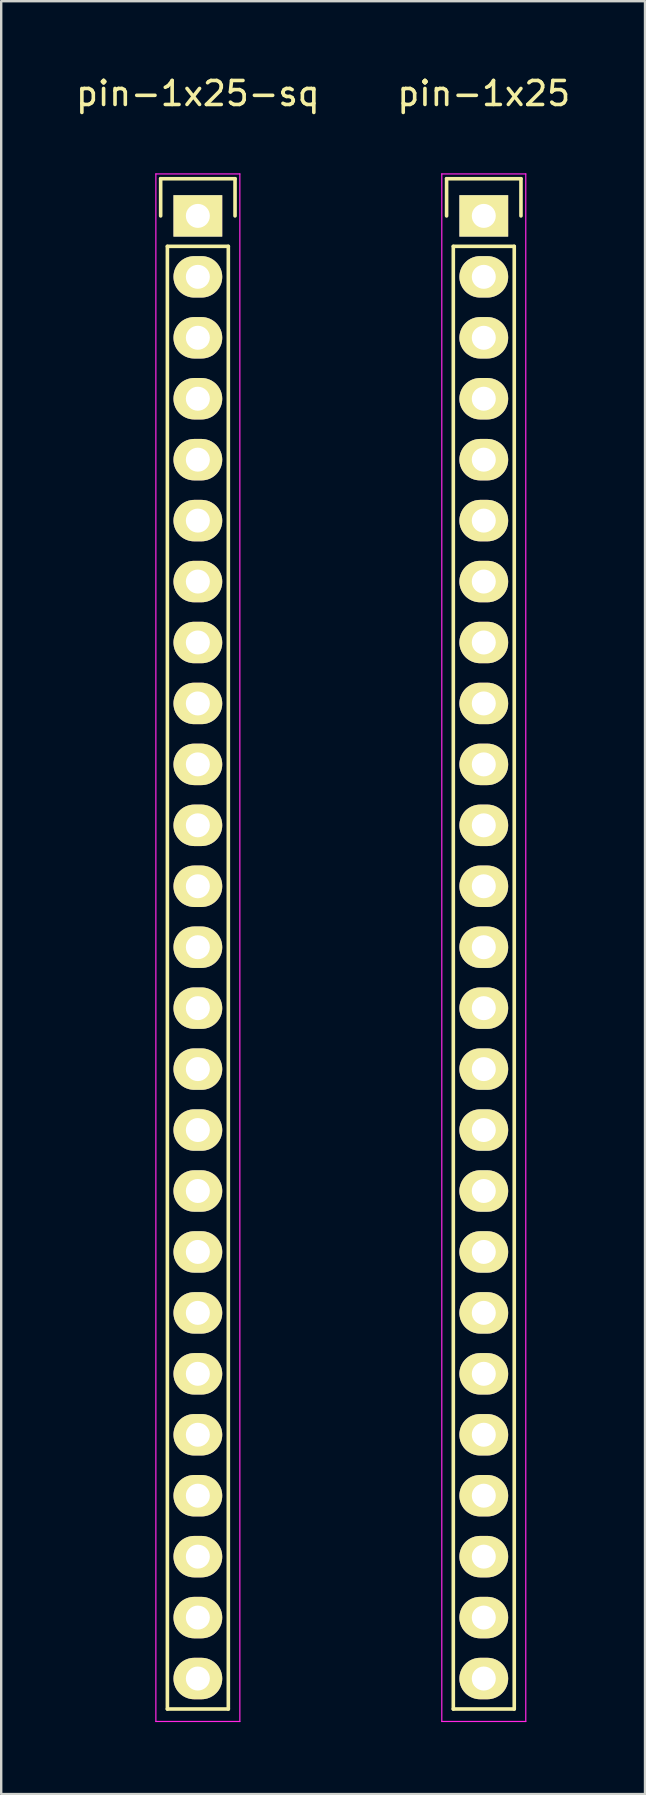
<source format=kicad_pcb>
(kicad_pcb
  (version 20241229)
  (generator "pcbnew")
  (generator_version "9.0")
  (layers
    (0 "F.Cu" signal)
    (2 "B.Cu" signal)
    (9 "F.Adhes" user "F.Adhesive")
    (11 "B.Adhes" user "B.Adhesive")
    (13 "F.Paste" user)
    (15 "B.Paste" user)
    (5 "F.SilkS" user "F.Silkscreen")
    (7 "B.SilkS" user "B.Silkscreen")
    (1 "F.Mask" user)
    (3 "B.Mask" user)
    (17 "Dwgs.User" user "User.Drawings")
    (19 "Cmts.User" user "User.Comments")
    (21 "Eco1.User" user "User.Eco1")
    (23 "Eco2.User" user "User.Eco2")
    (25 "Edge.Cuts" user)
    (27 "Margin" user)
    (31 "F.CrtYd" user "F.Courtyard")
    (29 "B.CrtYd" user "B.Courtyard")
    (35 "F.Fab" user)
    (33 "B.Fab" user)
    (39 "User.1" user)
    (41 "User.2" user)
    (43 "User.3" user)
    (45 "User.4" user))
  (footprint "pin-1x25-sq"
    (layer "F.Cu")
    (at 5.196 5.948)
    (property "Reference" "pin-1x25-sq" (at 0 -5.1 0) (layer "F.SilkS") (effects (font (size 1 1) (thickness 0.15))))
    (attr through_hole)
    (fp_line (start -1.55 -1.55) (end 1.55 -1.55) (stroke (width 0.15) (type solid)) (layer "F.SilkS"))
    (fp_line (start -1.55 0) (end -1.55 -1.55) (stroke (width 0.15) (type solid)) (layer "F.SilkS"))
    (fp_line (start -1.27 1.27) (end -1.27 62.23) (stroke (width 0.15) (type solid)) (layer "F.SilkS"))
    (fp_line (start -1.27 62.23) (end 1.27 62.23) (stroke (width 0.15) (type solid)) (layer "F.SilkS"))
    (fp_line (start 1.27 1.27) (end -1.27 1.27) (stroke (width 0.15) (type solid)) (layer "F.SilkS"))
    (fp_line (start 1.27 62.23) (end 1.27 1.27) (stroke (width 0.15) (type solid)) (layer "F.SilkS"))
    (fp_line (start 1.55 -1.55) (end 1.55 0) (stroke (width 0.15) (type solid)) (layer "F.SilkS"))
    (fp_line (start -1.75 -1.75) (end -1.75 62.75) (stroke (width 0.05) (type solid)) (layer "F.CrtYd"))
    (fp_line (start -1.75 -1.75) (end 1.75 -1.75) (stroke (width 0.05) (type solid)) (layer "F.CrtYd"))
    (fp_line (start -1.75 62.75) (end 1.75 62.75) (stroke (width 0.05) (type solid)) (layer "F.CrtYd"))
    (fp_line (start 1.75 -1.75) (end 1.75 62.75) (stroke (width 0.05) (type solid)) (layer "F.CrtYd"))
    (pad "1" thru_hole rect (at 0 0) (size 2.032 1.727) (drill 1) (layers "*.Cu" "*.Mask" "F.SilkS"))
    (pad "2" thru_hole oval (at 0 2.54) (size 2.032 1.727) (drill 1) (layers "*.Cu" "*.Mask" "F.SilkS"))
    (pad "3" thru_hole oval (at 0 5.08) (size 2.032 1.727) (drill 1) (layers "*.Cu" "*.Mask" "F.SilkS"))
    (pad "4" thru_hole oval (at 0 7.62) (size 2.032 1.727) (drill 1) (layers "*.Cu" "*.Mask" "F.SilkS"))
    (pad "5" thru_hole oval (at 0 10.16) (size 2.032 1.727) (drill 1) (layers "*.Cu" "*.Mask" "F.SilkS"))
    (pad "6" thru_hole oval (at 0 12.7) (size 2.032 1.727) (drill 1) (layers "*.Cu" "*.Mask" "F.SilkS"))
    (pad "7" thru_hole oval (at 0 15.24) (size 2.032 1.727) (drill 1) (layers "*.Cu" "*.Mask" "F.SilkS"))
    (pad "8" thru_hole oval (at 0 17.78) (size 2.032 1.727) (drill 1) (layers "*.Cu" "*.Mask" "F.SilkS"))
    (pad "9" thru_hole oval (at 0 20.32) (size 2.032 1.727) (drill 1) (layers "*.Cu" "*.Mask" "F.SilkS"))
    (pad "10" thru_hole oval (at 0 22.86) (size 2.032 1.727) (drill 1) (layers "*.Cu" "*.Mask" "F.SilkS"))
    (pad "11" thru_hole oval (at 0 25.4) (size 2.032 1.727) (drill 1) (layers "*.Cu" "*.Mask" "F.SilkS"))
    (pad "12" thru_hole oval (at 0 27.94) (size 2.032 1.727) (drill 1) (layers "*.Cu" "*.Mask" "F.SilkS"))
    (pad "13" thru_hole oval (at 0 30.48) (size 2.032 1.727) (drill 1) (layers "*.Cu" "*.Mask" "F.SilkS"))
    (pad "14" thru_hole oval (at 0 33.02) (size 2.032 1.727) (drill 1) (layers "*.Cu" "*.Mask" "F.SilkS"))
    (pad "15" thru_hole oval (at 0 35.56) (size 2.032 1.727) (drill 1) (layers "*.Cu" "*.Mask" "F.SilkS"))
    (pad "16" thru_hole oval (at 0 38.1) (size 2.032 1.727) (drill 1) (layers "*.Cu" "*.Mask" "F.SilkS"))
    (pad "17" thru_hole oval (at 0 40.64) (size 2.032 1.727) (drill 1) (layers "*.Cu" "*.Mask" "F.SilkS"))
    (pad "18" thru_hole oval (at 0 43.18) (size 2.032 1.727) (drill 1) (layers "*.Cu" "*.Mask" "F.SilkS"))
    (pad "19" thru_hole oval (at 0 45.72) (size 2.032 1.727) (drill 1) (layers "*.Cu" "*.Mask" "F.SilkS"))
    (pad "20" thru_hole oval (at 0 48.26) (size 2.032 1.727) (drill 1) (layers "*.Cu" "*.Mask" "F.SilkS"))
    (pad "21" thru_hole oval (at 0 50.8) (size 2.032 1.727) (drill 1) (layers "*.Cu" "*.Mask" "F.SilkS"))
    (pad "22" thru_hole oval (at 0 53.34) (size 2.032 1.727) (drill 1) (layers "*.Cu" "*.Mask" "F.SilkS"))
    (pad "23" thru_hole oval (at 0 55.88) (size 2.032 1.727) (drill 1) (layers "*.Cu" "*.Mask" "F.SilkS"))
    (pad "24" thru_hole oval (at 0 58.42) (size 2.032 1.727) (drill 1) (layers "*.Cu" "*.Mask" "F.SilkS"))
    (pad "25" thru_hole oval (at 0 60.96) (size 2.032 1.727) (drill 1) (layers "*.Cu" "*.Mask" "F.SilkS")))
  (footprint "pin-1x25"
    (layer "F.Cu")
    (at 17.113 5.948)
    (property "Reference" "pin-1x25" (at 0 -5.1 0) (layer "F.SilkS") (effects (font (size 1 1) (thickness 0.15))))
    (attr through_hole)
    (fp_line (start -1.55 -1.55) (end 1.55 -1.55) (stroke (width 0.15) (type solid)) (layer "F.SilkS"))
    (fp_line (start -1.55 0) (end -1.55 -1.55) (stroke (width 0.15) (type solid)) (layer "F.SilkS"))
    (fp_line (start -1.27 1.27) (end -1.27 62.23) (stroke (width 0.15) (type solid)) (layer "F.SilkS"))
    (fp_line (start -1.27 62.23) (end 1.27 62.23) (stroke (width 0.15) (type solid)) (layer "F.SilkS"))
    (fp_line (start 1.27 1.27) (end -1.27 1.27) (stroke (width 0.15) (type solid)) (layer "F.SilkS"))
    (fp_line (start 1.27 62.23) (end 1.27 1.27) (stroke (width 0.15) (type solid)) (layer "F.SilkS"))
    (fp_line (start 1.55 -1.55) (end 1.55 0) (stroke (width 0.15) (type solid)) (layer "F.SilkS"))
    (fp_line (start -1.75 -1.75) (end -1.75 62.75) (stroke (width 0.05) (type solid)) (layer "F.CrtYd"))
    (fp_line (start -1.75 -1.75) (end 1.75 -1.75) (stroke (width 0.05) (type solid)) (layer "F.CrtYd"))
    (fp_line (start -1.75 62.75) (end 1.75 62.75) (stroke (width 0.05) (type solid)) (layer "F.CrtYd"))
    (fp_line (start 1.75 -1.75) (end 1.75 62.75) (stroke (width 0.05) (type solid)) (layer "F.CrtYd"))
    (pad "1" thru_hole rect (at 0 0) (size 2.032 1.727) (drill 1) (layers "*.Cu" "*.Mask" "F.SilkS"))
    (pad "2" thru_hole oval (at 0 2.54) (size 2.032 1.727) (drill 1) (layers "*.Cu" "*.Mask" "F.SilkS"))
    (pad "3" thru_hole oval (at 0 5.08) (size 2.032 1.727) (drill 1) (layers "*.Cu" "*.Mask" "F.SilkS"))
    (pad "4" thru_hole oval (at 0 7.62) (size 2.032 1.727) (drill 1) (layers "*.Cu" "*.Mask" "F.SilkS"))
    (pad "5" thru_hole oval (at 0 10.16) (size 2.032 1.727) (drill 1) (layers "*.Cu" "*.Mask" "F.SilkS"))
    (pad "6" thru_hole oval (at 0 12.7) (size 2.032 1.727) (drill 1) (layers "*.Cu" "*.Mask" "F.SilkS"))
    (pad "7" thru_hole oval (at 0 15.24) (size 2.032 1.727) (drill 1) (layers "*.Cu" "*.Mask" "F.SilkS"))
    (pad "8" thru_hole oval (at 0 17.78) (size 2.032 1.727) (drill 1) (layers "*.Cu" "*.Mask" "F.SilkS"))
    (pad "9" thru_hole oval (at 0 20.32) (size 2.032 1.727) (drill 1) (layers "*.Cu" "*.Mask" "F.SilkS"))
    (pad "10" thru_hole oval (at 0 22.86) (size 2.032 1.727) (drill 1) (layers "*.Cu" "*.Mask" "F.SilkS"))
    (pad "11" thru_hole oval (at 0 25.4) (size 2.032 1.727) (drill 1) (layers "*.Cu" "*.Mask" "F.SilkS"))
    (pad "12" thru_hole oval (at 0 27.94) (size 2.032 1.727) (drill 1) (layers "*.Cu" "*.Mask" "F.SilkS"))
    (pad "13" thru_hole oval (at 0 30.48) (size 2.032 1.727) (drill 1) (layers "*.Cu" "*.Mask" "F.SilkS"))
    (pad "14" thru_hole oval (at 0 33.02) (size 2.032 1.727) (drill 1) (layers "*.Cu" "*.Mask" "F.SilkS"))
    (pad "15" thru_hole oval (at 0 35.56) (size 2.032 1.727) (drill 1) (layers "*.Cu" "*.Mask" "F.SilkS"))
    (pad "16" thru_hole oval (at 0 38.1) (size 2.032 1.727) (drill 1) (layers "*.Cu" "*.Mask" "F.SilkS"))
    (pad "17" thru_hole oval (at 0 40.64) (size 2.032 1.727) (drill 1) (layers "*.Cu" "*.Mask" "F.SilkS"))
    (pad "18" thru_hole oval (at 0 43.18) (size 2.032 1.727) (drill 1) (layers "*.Cu" "*.Mask" "F.SilkS"))
    (pad "19" thru_hole oval (at 0 45.72) (size 2.032 1.727) (drill 1) (layers "*.Cu" "*.Mask" "F.SilkS"))
    (pad "20" thru_hole oval (at 0 48.26) (size 2.032 1.727) (drill 1) (layers "*.Cu" "*.Mask" "F.SilkS"))
    (pad "21" thru_hole oval (at 0 50.8) (size 2.032 1.727) (drill 1) (layers "*.Cu" "*.Mask" "F.SilkS"))
    (pad "22" thru_hole oval (at 0 53.34) (size 2.032 1.727) (drill 1) (layers "*.Cu" "*.Mask" "F.SilkS"))
    (pad "23" thru_hole oval (at 0 55.88) (size 2.032 1.727) (drill 1) (layers "*.Cu" "*.Mask" "F.SilkS"))
    (pad "24" thru_hole oval (at 0 58.42) (size 2.032 1.727) (drill 1) (layers "*.Cu" "*.Mask" "F.SilkS"))
    (pad "25" thru_hole oval (at 0 60.96) (size 2.032 1.727) (drill 1) (layers "*.Cu" "*.Mask" "F.SilkS")))
  (gr_rect
    (start -3 -3)
    (end 23.833 71.723)
    (stroke (width 0.1) (type default))
    (fill no)
    (layer "Edge.Cuts")))
</source>
